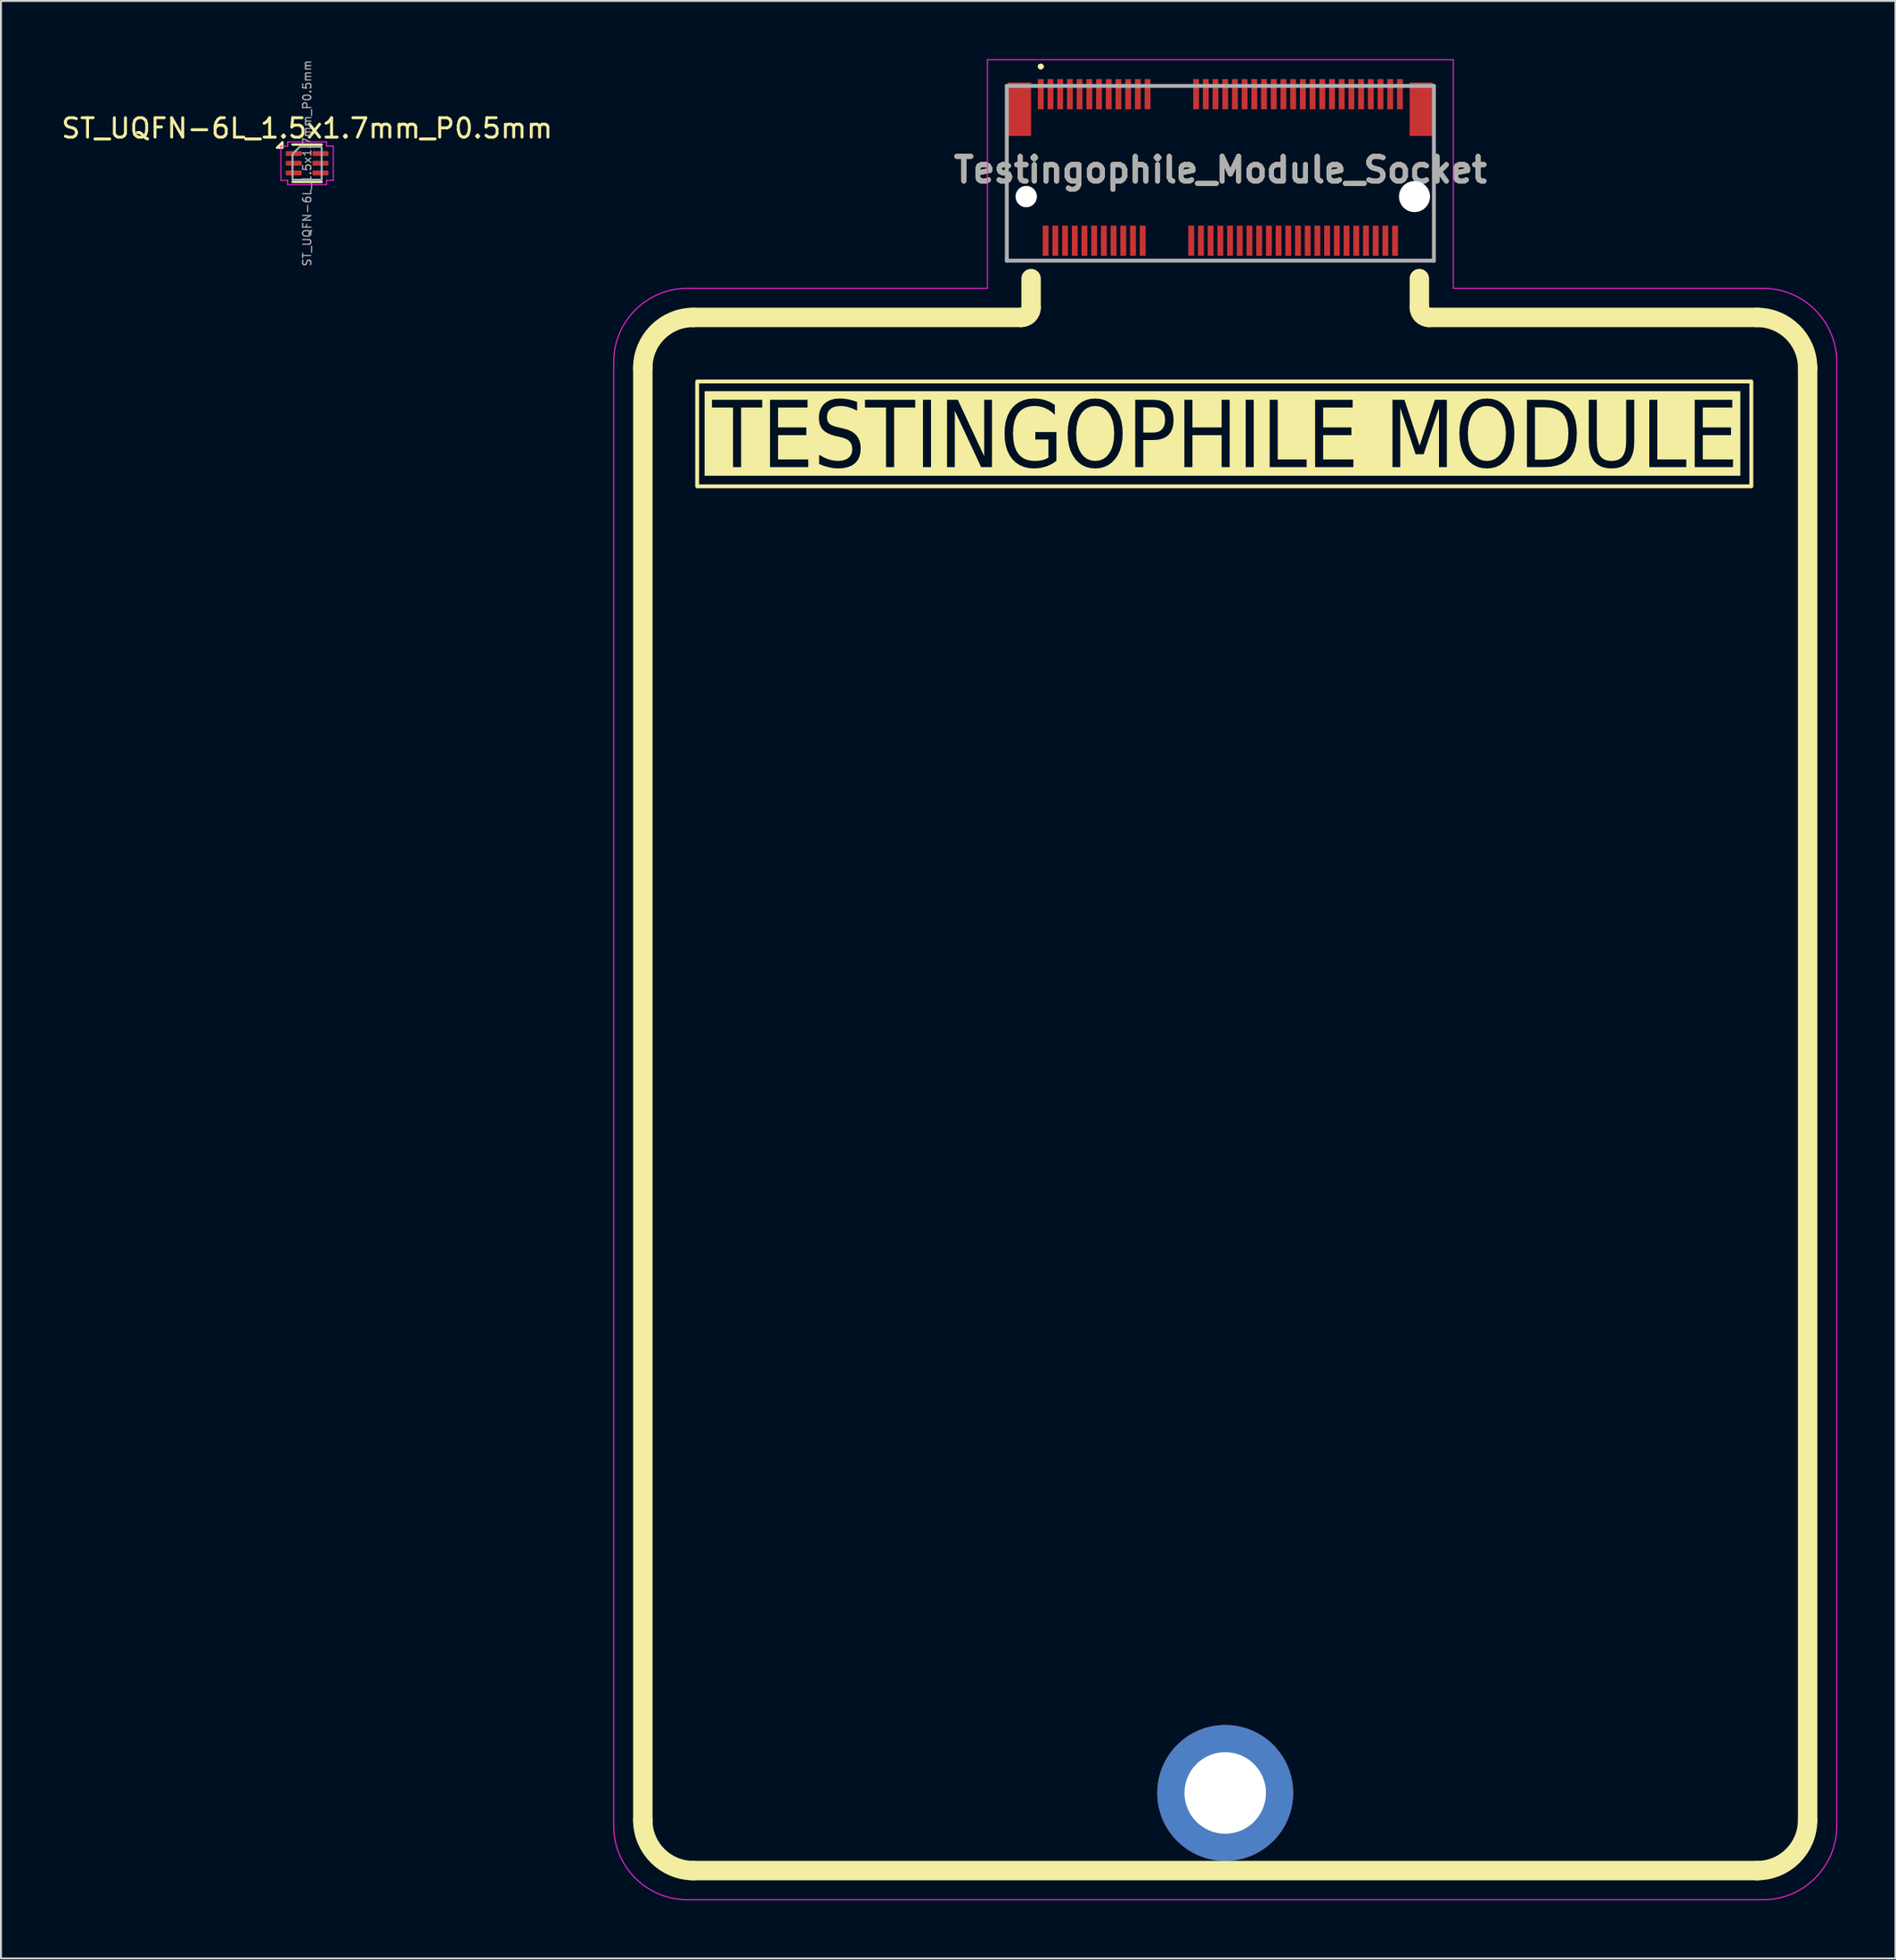
<source format=kicad_pcb>
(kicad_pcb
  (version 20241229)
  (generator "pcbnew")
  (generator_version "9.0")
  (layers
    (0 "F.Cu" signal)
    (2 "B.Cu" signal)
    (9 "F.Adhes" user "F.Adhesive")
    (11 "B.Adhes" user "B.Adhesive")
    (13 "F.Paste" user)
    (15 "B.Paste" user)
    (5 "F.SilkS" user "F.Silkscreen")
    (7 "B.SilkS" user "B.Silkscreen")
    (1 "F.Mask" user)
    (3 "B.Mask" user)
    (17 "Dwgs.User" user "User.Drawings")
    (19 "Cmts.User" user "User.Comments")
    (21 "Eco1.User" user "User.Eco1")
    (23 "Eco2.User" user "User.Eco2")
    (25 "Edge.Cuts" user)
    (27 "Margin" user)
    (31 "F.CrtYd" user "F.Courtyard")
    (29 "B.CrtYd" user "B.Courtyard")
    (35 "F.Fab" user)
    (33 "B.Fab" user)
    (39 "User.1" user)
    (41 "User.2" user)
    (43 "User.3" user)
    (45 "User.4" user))
  (footprint "Testingophile_Module_Socket"
    (layer "F.Cu")
    (at 50.561 1.8)
    (property "Reference" "Testingophile_Module_Socket" (at 9.25 3.9 0) (layer "F.SilkS") (effects (font (size 1.27 1.27) (thickness 0.254))))
    (attr through_hole)
    (fp_line (start -20.5 88.9) (end -20.5 14.1) (stroke (width 1) (type default)) (layer "F.SilkS"))
    (fp_line (start -17.9 11.5) (end -1 11.5) (stroke (width 1) (type default)) (layer "F.SilkS"))
    (fp_line (start -1.75 2.825) (end -1.75 2.825) (stroke (width 0.1) (type solid)) (layer "F.SilkS"))
    (fp_line (start -1.75 2.825) (end -1.75 8.575) (stroke (width 0.1) (type solid)) (layer "F.SilkS"))
    (fp_line (start -1.75 8.575) (end -1.75 2.825) (stroke (width 0.1) (type solid)) (layer "F.SilkS"))
    (fp_line (start -1.75 8.575) (end -1.75 8.575) (stroke (width 0.1) (type solid)) (layer "F.SilkS"))
    (fp_line (start -1.75 8.575) (end -1.75 8.575) (stroke (width 0.1) (type solid)) (layer "F.SilkS"))
    (fp_line (start -1.75 8.575) (end -0.5 8.575) (stroke (width 0.1) (type solid)) (layer "F.SilkS"))
    (fp_line (start -0.5 8.575) (end -1.75 8.575) (stroke (width 0.1) (type solid)) (layer "F.SilkS"))
    (fp_line (start -0.5 8.575) (end -0.5 8.575) (stroke (width 0.1) (type solid)) (layer "F.SilkS"))
    (fp_line (start -0.5 11) (end -0.5 9.5) (stroke (width 1) (type default)) (layer "F.SilkS"))
    (fp_line (start -0.05 -1.425) (end -0.05 -1.425) (stroke (width 0.2) (type solid)) (layer "F.SilkS"))
    (fp_line (start -0.05 -1.425) (end -0.05 -1.425) (stroke (width 0.2) (type solid)) (layer "F.SilkS"))
    (fp_line (start 0.05 -1.425) (end 0.05 -1.425) (stroke (width 0.2) (type solid)) (layer "F.SilkS"))
    (fp_line (start 19 8.575) (end 19 8.575) (stroke (width 0.1) (type solid)) (layer "F.SilkS"))
    (fp_line (start 19 8.575) (end 20.25 8.575) (stroke (width 0.1) (type solid)) (layer "F.SilkS"))
    (fp_line (start 19.5 11) (end 19.5 9.5) (stroke (width 1) (type default)) (layer "F.SilkS"))
    (fp_line (start 20 11.5) (end 36.9 11.5) (stroke (width 1) (type default)) (layer "F.SilkS"))
    (fp_line (start 20.25 2.825) (end 20.25 2.825) (stroke (width 0.1) (type solid)) (layer "F.SilkS"))
    (fp_line (start 20.25 2.825) (end 20.25 8.575) (stroke (width 0.1) (type solid)) (layer "F.SilkS"))
    (fp_line (start 20.25 8.575) (end 19 8.575) (stroke (width 0.1) (type solid)) (layer "F.SilkS"))
    (fp_line (start 20.25 8.575) (end 20.25 2.825) (stroke (width 0.1) (type solid)) (layer "F.SilkS"))
    (fp_line (start 20.25 8.575) (end 20.25 8.575) (stroke (width 0.1) (type solid)) (layer "F.SilkS"))
    (fp_line (start 20.25 8.575) (end 20.25 8.575) (stroke (width 0.1) (type solid)) (layer "F.SilkS"))
    (fp_line (start 36.9 91.5) (end -17.9 91.5) (stroke (width 1) (type default)) (layer "F.SilkS"))
    (fp_line (start 39.5 14.1) (end 39.5 88.9) (stroke (width 1) (type default)) (layer "F.SilkS"))
    (fp_arc (start -20.5 14.1) (mid -19.738478 12.261522) (end -17.9 11.5) (stroke (width 1) (type default)) (layer "F.SilkS"))
    (fp_arc (start -17.9 91.5) (mid -19.738478 90.738478) (end -20.5 88.9) (stroke (width 1) (type default)) (layer "F.SilkS"))
    (fp_arc (start -0.5 11) (mid -0.646447 11.353553) (end -1 11.5) (stroke (width 1) (type default)) (layer "F.SilkS"))
    (fp_arc (start -0.05 -1.425) (mid 0 -1.475) (end 0.05 -1.425) (stroke (width 0.2) (type solid)) (layer "F.SilkS"))
    (fp_arc (start 0.05 -1.425) (mid 0 -1.375) (end -0.05 -1.425) (stroke (width 0.2) (type solid)) (layer "F.SilkS"))
    (fp_arc (start 0.05 -1.425) (mid 0 -1.375) (end -0.05 -1.425) (stroke (width 0.2) (type solid)) (layer "F.SilkS"))
    (fp_arc (start 20 11.5) (mid 19.646447 11.353553) (end 19.5 11) (stroke (width 1) (type default)) (layer "F.SilkS"))
    (fp_arc (start 36.9 11.5) (mid 38.738478 12.261522) (end 39.5 14.1) (stroke (width 1) (type default)) (layer "F.SilkS"))
    (fp_arc (start 39.5 88.9) (mid 38.738478 90.738478) (end 36.9 91.5) (stroke (width 1) (type default)) (layer "F.SilkS"))
    (fp_line (start -22 13.8) (end -22 89.2) (stroke (width 0.05) (type default)) (layer "F.CrtYd"))
    (fp_line (start -18.2 93) (end 37.2 93) (stroke (width 0.05) (type default)) (layer "F.CrtYd"))
    (fp_line (start -2.75 -1.775) (end 21.25 -1.775) (stroke (width 0.05) (type solid)) (layer "F.CrtYd"))
    (fp_line (start -2.75 10) (end -18.2 10) (stroke (width 0.05) (type default)) (layer "F.CrtYd"))
    (fp_line (start -2.75 10) (end -2.75 -1.775) (stroke (width 0.05) (type solid)) (layer "F.CrtYd"))
    (fp_line (start 21.25 -1.775) (end 21.25 10) (stroke (width 0.05) (type solid)) (layer "F.CrtYd"))
    (fp_line (start 37.2 10) (end 21.25 10) (stroke (width 0.05) (type default)) (layer "F.CrtYd"))
    (fp_line (start 41 89.2) (end 41 13.8) (stroke (width 0.05) (type default)) (layer "F.CrtYd"))
    (fp_arc (start -22 13.8) (mid -20.887006 11.112994) (end -18.2 10) (stroke (width 0.05) (type default)) (layer "F.CrtYd"))
    (fp_arc (start -18.2 93) (mid -20.887006 91.887006) (end -22 89.2) (stroke (width 0.05) (type default)) (layer "F.CrtYd"))
    (fp_arc (start 37.2 10) (mid 39.887006 11.112994) (end 41 13.8) (stroke (width 0.05) (type default)) (layer "F.CrtYd"))
    (fp_arc (start 41 89.2) (mid 39.887006 91.887006) (end 37.2 93) (stroke (width 0.05) (type default)) (layer "F.CrtYd"))
    (fp_line (start -1.75 -0.425) (end -1.75 8.575) (stroke (width 0.2) (type solid)) (layer "F.Fab"))
    (fp_line (start -1.75 8.575) (end 20.25 8.575) (stroke (width 0.2) (type solid)) (layer "F.Fab"))
    (fp_line (start 20.25 -0.425) (end -1.75 -0.425) (stroke (width 0.2) (type solid)) (layer "F.Fab"))
    (fp_line (start 20.25 8.575) (end 20.25 -0.425) (stroke (width 0.2) (type solid)) (layer "F.Fab"))
    (fp_text user "TESTINGOPHILE MODULE" (at 9.5 17.8 0) (unlocked yes) (layer "F.SilkS" knockout) (effects (font (face "Arial") (size 3.4 3) (thickness 0.5))))
    (fp_text user "${REFERENCE}" (at 9.25 3.9 0) (layer "F.Fab") (effects (font (size 1.27 1.27) (thickness 0.254))))
    (fp_text_box "" (start -17.7 14.8) (end 36.6 20.2) (margins 1.002 1.002 1.002 1.002) (layer "F.SilkS") (effects (font (size 1 1) (thickness 0.1)) (justify left top)) (border yes) (stroke (width 0.2) (type solid)))
    (pad "" np_thru_hole circle (at -0.75 5.275) (size 1.1 1.1) (drill 1.1) (layers "*.Cu" "*.Mask"))
    (pad "" np_thru_hole circle (at 19.25 5.275) (size 1.6 1.6) (drill 1.6) (layers "*.Cu" "*.Mask"))
    (pad "1" smd rect (at 0 0) (size 0.3 1.55) (layers "F.Cu" "F.Mask" "F.Paste"))
    (pad "2" smd rect (at 0.25 7.55) (size 0.3 1.55) (layers "F.Cu" "F.Mask" "F.Paste"))
    (pad "3" smd rect (at 0.5 0) (size 0.3 1.55) (layers "F.Cu" "F.Mask" "F.Paste"))
    (pad "4" smd rect (at 0.75 7.55) (size 0.3 1.55) (layers "F.Cu" "F.Mask" "F.Paste"))
    (pad "5" smd rect (at 1 0) (size 0.3 1.55) (layers "F.Cu" "F.Mask" "F.Paste"))
    (pad "6" smd rect (at 1.25 7.55) (size 0.3 1.55) (layers "F.Cu" "F.Mask" "F.Paste"))
    (pad "7" smd rect (at 1.5 0) (size 0.3 1.55) (layers "F.Cu" "F.Mask" "F.Paste"))
    (pad "8" smd rect (at 1.75 7.55) (size 0.3 1.55) (layers "F.Cu" "F.Mask" "F.Paste"))
    (pad "9" smd rect (at 2 0) (size 0.3 1.55) (layers "F.Cu" "F.Mask" "F.Paste"))
    (pad "10" smd rect (at 2.25 7.55) (size 0.3 1.55) (layers "F.Cu" "F.Mask" "F.Paste"))
    (pad "11" smd rect (at 2.5 0) (size 0.3 1.55) (layers "F.Cu" "F.Mask" "F.Paste"))
    (pad "12" smd rect (at 2.75 7.55) (size 0.3 1.55) (layers "F.Cu" "F.Mask" "F.Paste"))
    (pad "13" smd rect (at 3 0) (size 0.3 1.55) (layers "F.Cu" "F.Mask" "F.Paste"))
    (pad "14" smd rect (at 3.25 7.55) (size 0.3 1.55) (layers "F.Cu" "F.Mask" "F.Paste"))
    (pad "15" smd rect (at 3.5 0) (size 0.3 1.55) (layers "F.Cu" "F.Mask" "F.Paste"))
    (pad "16" smd rect (at 3.75 7.55) (size 0.3 1.55) (layers "F.Cu" "F.Mask" "F.Paste"))
    (pad "17" smd rect (at 4 0) (size 0.3 1.55) (layers "F.Cu" "F.Mask" "F.Paste"))
    (pad "18" smd rect (at 4.25 7.55) (size 0.3 1.55) (layers "F.Cu" "F.Mask" "F.Paste"))
    (pad "19" smd rect (at 4.5 0) (size 0.3 1.55) (layers "F.Cu" "F.Mask" "F.Paste"))
    (pad "20" smd rect (at 4.75 7.55) (size 0.3 1.55) (layers "F.Cu" "F.Mask" "F.Paste"))
    (pad "21" smd rect (at 5 0) (size 0.3 1.55) (layers "F.Cu" "F.Mask" "F.Paste"))
    (pad "22" smd rect (at 5.25 7.55) (size 0.3 1.55) (layers "F.Cu" "F.Mask" "F.Paste"))
    (pad "23" smd rect (at 5.5 0) (size 0.3 1.55) (layers "F.Cu" "F.Mask" "F.Paste"))
    (pad "32" smd rect (at 7.75 7.55) (size 0.3 1.55) (layers "F.Cu" "F.Mask" "F.Paste"))
    (pad "33" smd rect (at 8 0) (size 0.3 1.55) (layers "F.Cu" "F.Mask" "F.Paste"))
    (pad "34" smd rect (at 8.25 7.55) (size 0.3 1.55) (layers "F.Cu" "F.Mask" "F.Paste"))
    (pad "35" smd rect (at 8.5 0) (size 0.3 1.55) (layers "F.Cu" "F.Mask" "F.Paste"))
    (pad "36" smd rect (at 8.75 7.55) (size 0.3 1.55) (layers "F.Cu" "F.Mask" "F.Paste"))
    (pad "37" smd rect (at 9 0) (size 0.3 1.55) (layers "F.Cu" "F.Mask" "F.Paste"))
    (pad "38" smd rect (at 9.25 7.55) (size 0.3 1.55) (layers "F.Cu" "F.Mask" "F.Paste"))
    (pad "39" smd rect (at 9.5 0) (size 0.3 1.55) (layers "F.Cu" "F.Mask" "F.Paste"))
    (pad "40" smd rect (at 9.75 7.55) (size 0.3 1.55) (layers "F.Cu" "F.Mask" "F.Paste"))
    (pad "41" smd rect (at 10 0) (size 0.3 1.55) (layers "F.Cu" "F.Mask" "F.Paste"))
    (pad "42" smd rect (at 10.25 7.55) (size 0.3 1.55) (layers "F.Cu" "F.Mask" "F.Paste"))
    (pad "43" smd rect (at 10.5 0) (size 0.3 1.55) (layers "F.Cu" "F.Mask" "F.Paste"))
    (pad "44" smd rect (at 10.75 7.55) (size 0.3 1.55) (layers "F.Cu" "F.Mask" "F.Paste"))
    (pad "45" smd rect (at 11 0) (size 0.3 1.55) (layers "F.Cu" "F.Mask" "F.Paste"))
    (pad "46" smd rect (at 11.25 7.55) (size 0.3 1.55) (layers "F.Cu" "F.Mask" "F.Paste"))
    (pad "47" smd rect (at 11.5 0) (size 0.3 1.55) (layers "F.Cu" "F.Mask" "F.Paste"))
    (pad "48" smd rect (at 11.75 7.55) (size 0.3 1.55) (layers "F.Cu" "F.Mask" "F.Paste"))
    (pad "49" smd rect (at 12 0) (size 0.3 1.55) (layers "F.Cu" "F.Mask" "F.Paste"))
    (pad "50" smd rect (at 12.25 7.55) (size 0.3 1.55) (layers "F.Cu" "F.Mask" "F.Paste"))
    (pad "51" smd rect (at 12.5 0) (size 0.3 1.55) (layers "F.Cu" "F.Mask" "F.Paste"))
    (pad "52" smd rect (at 12.75 7.55) (size 0.3 1.55) (layers "F.Cu" "F.Mask" "F.Paste"))
    (pad "53" smd rect (at 13 0) (size 0.3 1.55) (layers "F.Cu" "F.Mask" "F.Paste"))
    (pad "54" smd rect (at 13.25 7.55) (size 0.3 1.55) (layers "F.Cu" "F.Mask" "F.Paste"))
    (pad "55" smd rect (at 13.5 0) (size 0.3 1.55) (layers "F.Cu" "F.Mask" "F.Paste"))
    (pad "56" smd rect (at 13.75 7.55) (size 0.3 1.55) (layers "F.Cu" "F.Mask" "F.Paste"))
    (pad "57" smd rect (at 14 0) (size 0.3 1.55) (layers "F.Cu" "F.Mask" "F.Paste"))
    (pad "58" smd rect (at 14.25 7.55) (size 0.3 1.55) (layers "F.Cu" "F.Mask" "F.Paste"))
    (pad "59" smd rect (at 14.5 0) (size 0.3 1.55) (layers "F.Cu" "F.Mask" "F.Paste"))
    (pad "60" smd rect (at 14.75 7.55) (size 0.3 1.55) (layers "F.Cu" "F.Mask" "F.Paste"))
    (pad "61" smd rect (at 15 0) (size 0.3 1.55) (layers "F.Cu" "F.Mask" "F.Paste"))
    (pad "62" smd rect (at 15.25 7.55) (size 0.3 1.55) (layers "F.Cu" "F.Mask" "F.Paste"))
    (pad "63" smd rect (at 15.5 0) (size 0.3 1.55) (layers "F.Cu" "F.Mask" "F.Paste"))
    (pad "64" smd rect (at 15.75 7.55) (size 0.3 1.55) (layers "F.Cu" "F.Mask" "F.Paste"))
    (pad "65" smd rect (at 16 0) (size 0.3 1.55) (layers "F.Cu" "F.Mask" "F.Paste"))
    (pad "66" smd rect (at 16.25 7.55) (size 0.3 1.55) (layers "F.Cu" "F.Mask" "F.Paste"))
    (pad "67" smd rect (at 16.5 0) (size 0.3 1.55) (layers "F.Cu" "F.Mask" "F.Paste"))
    (pad "68" smd rect (at 16.75 7.55) (size 0.3 1.55) (layers "F.Cu" "F.Mask" "F.Paste"))
    (pad "69" smd rect (at 17 0) (size 0.3 1.55) (layers "F.Cu" "F.Mask" "F.Paste"))
    (pad "70" smd rect (at 17.25 7.55) (size 0.3 1.55) (layers "F.Cu" "F.Mask" "F.Paste"))
    (pad "71" smd rect (at 17.5 0) (size 0.3 1.55) (layers "F.Cu" "F.Mask" "F.Paste"))
    (pad "72" smd rect (at 17.75 7.55) (size 0.3 1.55) (layers "F.Cu" "F.Mask" "F.Paste"))
    (pad "73" smd rect (at 18 0) (size 0.3 1.55) (layers "F.Cu" "F.Mask" "F.Paste"))
    (pad "74" smd rect (at 18.25 7.55) (size 0.3 1.55) (layers "F.Cu" "F.Mask" "F.Paste"))
    (pad "75" smd rect (at 18.5 0) (size 0.3 1.55) (layers "F.Cu" "F.Mask" "F.Paste"))
    (pad "MH" thru_hole circle (at 9.5 87.5) (size 7 7) (drill 4.2) (layers "*.Cu" "*.Mask"))
    (pad "MP1" smd rect (at -1.1 0.775) (size 1.2 2.75) (layers "F.Cu" "F.Mask" "F.Paste"))
    (pad "MP2" smd rect (at 19.6 0.775) (size 1.2 2.75) (layers "F.Cu" "F.Mask" "F.Paste")))
  (footprint "ST_UQFN-6L_1.5x1.7mm_P0.5mm"
    (layer "F.Cu")
    (at 12.768 5.358)
    (property "Reference" "ST_UQFN-6L_1.5x1.7mm_P0.5mm" (at 0 -1.8 0) (layer "F.SilkS") (effects (font (size 1 1) (thickness 0.15))))
    (attr smd)
    (fp_line (start -0.75 -0.96) (end 0.75 -0.96) (stroke (width 0.12) (type solid)) (layer "F.SilkS"))
    (fp_line (start -0.75 0.96) (end 0.75 0.96) (stroke (width 0.12) (type solid)) (layer "F.SilkS"))
    (fp_poly (pts (xy -1.27 -0.8) (xy -1.55 -0.8) (xy -1.27 -1.08)) (stroke (width 0.12) (type solid)) (fill yes) (layer "F.SilkS"))
    (fp_line (start -1.35 -0.88) (end -1 -0.88) (stroke (width 0.05) (type solid)) (layer "F.CrtYd"))
    (fp_line (start -1.35 0.88) (end -1.35 -0.88) (stroke (width 0.05) (type solid)) (layer "F.CrtYd"))
    (fp_line (start -1 -1.1) (end 1 -1.1) (stroke (width 0.05) (type solid)) (layer "F.CrtYd"))
    (fp_line (start -1 -0.88) (end -1 -1.1) (stroke (width 0.05) (type solid)) (layer "F.CrtYd"))
    (fp_line (start -1 0.88) (end -1.35 0.88) (stroke (width 0.05) (type solid)) (layer "F.CrtYd"))
    (fp_line (start -1 1.1) (end -1 0.88) (stroke (width 0.05) (type solid)) (layer "F.CrtYd"))
    (fp_line (start 1 -1.1) (end 1 -0.88) (stroke (width 0.05) (type solid)) (layer "F.CrtYd"))
    (fp_line (start 1 -0.88) (end 1.35 -0.88) (stroke (width 0.05) (type solid)) (layer "F.CrtYd"))
    (fp_line (start 1 0.88) (end 1 1.1) (stroke (width 0.05) (type solid)) (layer "F.CrtYd"))
    (fp_line (start 1 1.1) (end -1 1.1) (stroke (width 0.05) (type solid)) (layer "F.CrtYd"))
    (fp_line (start 1.35 -0.88) (end 1.35 0.88) (stroke (width 0.05) (type solid)) (layer "F.CrtYd"))
    (fp_line (start 1.35 0.88) (end 1 0.88) (stroke (width 0.05) (type solid)) (layer "F.CrtYd"))
    (fp_poly (pts (xy -0.75 -0.475) (xy -0.75 0.85) (xy 0.75 0.85) (xy 0.75 -0.85) (xy -0.375 -0.85)) (stroke (width 0.1) (type solid)) (fill no) (layer "F.Fab"))
    (fp_text user "${REFERENCE}" (at 0 0 90) (layer "F.Fab") (effects (font (size 0.42 0.42) (thickness 0.06))))
    (pad "1" smd roundrect (at -0.688 -0.5) (size 0.825 0.25) (layers "F.Cu" "F.Mask" "F.Paste") (roundrect_rratio 0.25))
    (pad "2" smd roundrect (at -0.688 0) (size 0.825 0.25) (layers "F.Cu" "F.Mask" "F.Paste") (roundrect_rratio 0.25))
    (pad "3" smd roundrect (at -0.688 0.5) (size 0.825 0.25) (layers "F.Cu" "F.Mask" "F.Paste") (roundrect_rratio 0.25))
    (pad "4" smd roundrect (at 0.688 0.5) (size 0.825 0.25) (layers "F.Cu" "F.Mask" "F.Paste") (roundrect_rratio 0.25))
    (pad "5" smd roundrect (at 0.688 0) (size 0.825 0.25) (layers "F.Cu" "F.Mask" "F.Paste") (roundrect_rratio 0.25))
    (pad "6" smd roundrect (at 0.688 -0.5) (size 0.825 0.25) (layers "F.Cu" "F.Mask" "F.Paste") (roundrect_rratio 0.25)))
  (gr_rect
    (start -3 -3)
    (end 94.586 97.825)
    (stroke (width 0.1) (type default))
    (fill no)
    (layer "Edge.Cuts")))
</source>
